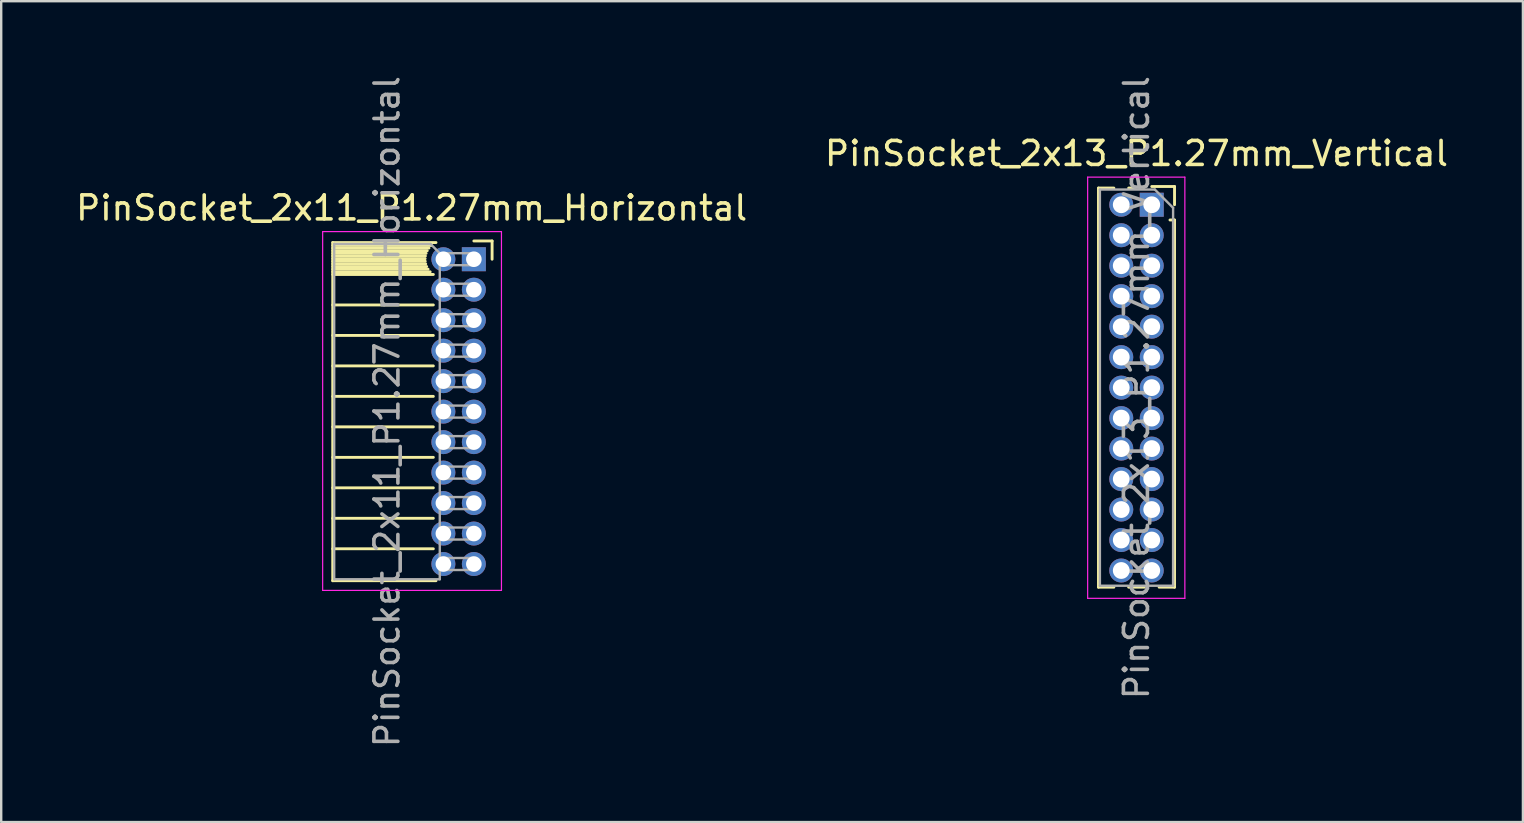
<source format=kicad_pcb>
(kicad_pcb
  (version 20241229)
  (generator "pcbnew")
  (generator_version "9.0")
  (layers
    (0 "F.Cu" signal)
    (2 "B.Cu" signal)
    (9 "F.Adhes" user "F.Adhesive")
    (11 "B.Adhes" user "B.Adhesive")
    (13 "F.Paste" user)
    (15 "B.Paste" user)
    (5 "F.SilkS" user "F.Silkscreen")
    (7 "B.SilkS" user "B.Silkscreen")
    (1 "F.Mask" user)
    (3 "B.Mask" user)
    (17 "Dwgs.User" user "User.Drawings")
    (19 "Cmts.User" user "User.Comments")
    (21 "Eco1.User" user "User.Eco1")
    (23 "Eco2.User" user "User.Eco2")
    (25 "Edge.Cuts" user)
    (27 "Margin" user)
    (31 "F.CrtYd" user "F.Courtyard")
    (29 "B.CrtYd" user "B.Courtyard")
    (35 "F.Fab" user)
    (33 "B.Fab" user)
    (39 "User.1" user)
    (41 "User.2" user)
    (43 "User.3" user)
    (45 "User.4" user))
  (footprint "PinSocket_2x11_P1.27mm_Horizontal"
    (layer "F.Cu")
    (at 16.694 7.751)
    (property "Reference" "PinSocket_2x11_P1.27mm_Horizontal" (at -2.592 -2.135 0) (layer "F.SilkS") (effects (font (size 1 1) (thickness 0.15))))
    (attr through_hole)
    (fp_line (start -5.88 -0.695) (end -5.88 13.395) (stroke (width 0.12) (type solid)) (layer "F.SilkS"))
    (fp_line (start -5.88 -0.695) (end -1.578 -0.695) (stroke (width 0.12) (type solid)) (layer "F.SilkS"))
    (fp_line (start -5.88 -0.575) (end -1.767 -0.575) (stroke (width 0.12) (type solid)) (layer "F.SilkS"))
    (fp_line (start -5.88 -0.465) (end -1.871 -0.465) (stroke (width 0.12) (type solid)) (layer "F.SilkS"))
    (fp_line (start -5.88 -0.355) (end -1.942 -0.355) (stroke (width 0.12) (type solid)) (layer "F.SilkS"))
    (fp_line (start -5.88 -0.245) (end -1.989 -0.245) (stroke (width 0.12) (type solid)) (layer "F.SilkS"))
    (fp_line (start -5.88 -0.135) (end -2.018 -0.135) (stroke (width 0.12) (type solid)) (layer "F.SilkS"))
    (fp_line (start -5.88 -0.025) (end -2.03 -0.025) (stroke (width 0.12) (type solid)) (layer "F.SilkS"))
    (fp_line (start -5.88 0.085) (end -2.025 0.085) (stroke (width 0.12) (type solid)) (layer "F.SilkS"))
    (fp_line (start -5.88 0.195) (end -2.005 0.195) (stroke (width 0.12) (type solid)) (layer "F.SilkS"))
    (fp_line (start -5.88 0.305) (end -1.966 0.305) (stroke (width 0.12) (type solid)) (layer "F.SilkS"))
    (fp_line (start -5.88 0.415) (end -1.907 0.415) (stroke (width 0.12) (type solid)) (layer "F.SilkS"))
    (fp_line (start -5.88 0.525) (end -1.82 0.525) (stroke (width 0.12) (type solid)) (layer "F.SilkS"))
    (fp_line (start -5.88 0.635) (end -1.688 0.635) (stroke (width 0.12) (type solid)) (layer "F.SilkS"))
    (fp_line (start -5.88 1.905) (end -1.688 1.905) (stroke (width 0.12) (type solid)) (layer "F.SilkS"))
    (fp_line (start -5.88 3.175) (end -1.688 3.175) (stroke (width 0.12) (type solid)) (layer "F.SilkS"))
    (fp_line (start -5.88 4.445) (end -1.688 4.445) (stroke (width 0.12) (type solid)) (layer "F.SilkS"))
    (fp_line (start -5.88 5.715) (end -1.688 5.715) (stroke (width 0.12) (type solid)) (layer "F.SilkS"))
    (fp_line (start -5.88 6.985) (end -1.688 6.985) (stroke (width 0.12) (type solid)) (layer "F.SilkS"))
    (fp_line (start -5.88 8.255) (end -1.688 8.255) (stroke (width 0.12) (type solid)) (layer "F.SilkS"))
    (fp_line (start -5.88 9.525) (end -1.688 9.525) (stroke (width 0.12) (type solid)) (layer "F.SilkS"))
    (fp_line (start -5.88 10.795) (end -1.688 10.795) (stroke (width 0.12) (type solid)) (layer "F.SilkS"))
    (fp_line (start -5.88 12.065) (end -1.688 12.065) (stroke (width 0.12) (type solid)) (layer "F.SilkS"))
    (fp_line (start -5.88 13.395) (end -1.578 13.395) (stroke (width 0.12) (type solid)) (layer "F.SilkS"))
    (fp_line (start 0 -0.76) (end 0.76 -0.76) (stroke (width 0.12) (type solid)) (layer "F.SilkS"))
    (fp_line (start 0.76 -0.76) (end 0.76 0) (stroke (width 0.12) (type solid)) (layer "F.SilkS"))
    (fp_line (start -6.3 -1.15) (end -6.3 13.8) (stroke (width 0.05) (type solid)) (layer "F.CrtYd"))
    (fp_line (start -6.3 13.8) (end 1.15 13.8) (stroke (width 0.05) (type solid)) (layer "F.CrtYd"))
    (fp_line (start 1.15 -1.15) (end -6.3 -1.15) (stroke (width 0.05) (type solid)) (layer "F.CrtYd"))
    (fp_line (start 1.15 13.8) (end 1.15 -1.15) (stroke (width 0.05) (type solid)) (layer "F.CrtYd"))
    (fp_line (start -5.82 -0.635) (end -1.805 -0.635) (stroke (width 0.1) (type solid)) (layer "F.Fab"))
    (fp_line (start -5.82 13.335) (end -5.82 -0.635) (stroke (width 0.1) (type solid)) (layer "F.Fab"))
    (fp_line (start -1.805 -0.635) (end -1.42 -0.25) (stroke (width 0.1) (type solid)) (layer "F.Fab"))
    (fp_line (start -1.42 -0.25) (end -1.42 13.335) (stroke (width 0.1) (type solid)) (layer "F.Fab"))
    (fp_line (start -1.42 0.25) (end 0 0.25) (stroke (width 0.1) (type solid)) (layer "F.Fab"))
    (fp_line (start -1.42 1.52) (end 0 1.52) (stroke (width 0.1) (type solid)) (layer "F.Fab"))
    (fp_line (start -1.42 2.79) (end 0 2.79) (stroke (width 0.1) (type solid)) (layer "F.Fab"))
    (fp_line (start -1.42 4.06) (end 0 4.06) (stroke (width 0.1) (type solid)) (layer "F.Fab"))
    (fp_line (start -1.42 5.33) (end 0 5.33) (stroke (width 0.1) (type solid)) (layer "F.Fab"))
    (fp_line (start -1.42 6.6) (end 0 6.6) (stroke (width 0.1) (type solid)) (layer "F.Fab"))
    (fp_line (start -1.42 7.87) (end 0 7.87) (stroke (width 0.1) (type solid)) (layer "F.Fab"))
    (fp_line (start -1.42 9.14) (end 0 9.14) (stroke (width 0.1) (type solid)) (layer "F.Fab"))
    (fp_line (start -1.42 10.41) (end 0 10.41) (stroke (width 0.1) (type solid)) (layer "F.Fab"))
    (fp_line (start -1.42 11.68) (end 0 11.68) (stroke (width 0.1) (type solid)) (layer "F.Fab"))
    (fp_line (start -1.42 12.95) (end 0 12.95) (stroke (width 0.1) (type solid)) (layer "F.Fab"))
    (fp_line (start -1.42 13.335) (end -5.82 13.335) (stroke (width 0.1) (type solid)) (layer "F.Fab"))
    (fp_line (start 0 -0.25) (end -1.42 -0.25) (stroke (width 0.1) (type solid)) (layer "F.Fab"))
    (fp_line (start 0 0.25) (end 0 -0.25) (stroke (width 0.1) (type solid)) (layer "F.Fab"))
    (fp_line (start 0 1.02) (end -1.42 1.02) (stroke (width 0.1) (type solid)) (layer "F.Fab"))
    (fp_line (start 0 1.52) (end 0 1.02) (stroke (width 0.1) (type solid)) (layer "F.Fab"))
    (fp_line (start 0 2.29) (end -1.42 2.29) (stroke (width 0.1) (type solid)) (layer "F.Fab"))
    (fp_line (start 0 2.79) (end 0 2.29) (stroke (width 0.1) (type solid)) (layer "F.Fab"))
    (fp_line (start 0 3.56) (end -1.42 3.56) (stroke (width 0.1) (type solid)) (layer "F.Fab"))
    (fp_line (start 0 4.06) (end 0 3.56) (stroke (width 0.1) (type solid)) (layer "F.Fab"))
    (fp_line (start 0 4.83) (end -1.42 4.83) (stroke (width 0.1) (type solid)) (layer "F.Fab"))
    (fp_line (start 0 5.33) (end 0 4.83) (stroke (width 0.1) (type solid)) (layer "F.Fab"))
    (fp_line (start 0 6.1) (end -1.42 6.1) (stroke (width 0.1) (type solid)) (layer "F.Fab"))
    (fp_line (start 0 6.6) (end 0 6.1) (stroke (width 0.1) (type solid)) (layer "F.Fab"))
    (fp_line (start 0 7.37) (end -1.42 7.37) (stroke (width 0.1) (type solid)) (layer "F.Fab"))
    (fp_line (start 0 7.87) (end 0 7.37) (stroke (width 0.1) (type solid)) (layer "F.Fab"))
    (fp_line (start 0 8.64) (end -1.42 8.64) (stroke (width 0.1) (type solid)) (layer "F.Fab"))
    (fp_line (start 0 9.14) (end 0 8.64) (stroke (width 0.1) (type solid)) (layer "F.Fab"))
    (fp_line (start 0 9.91) (end -1.42 9.91) (stroke (width 0.1) (type solid)) (layer "F.Fab"))
    (fp_line (start 0 10.41) (end 0 9.91) (stroke (width 0.1) (type solid)) (layer "F.Fab"))
    (fp_line (start 0 11.18) (end -1.42 11.18) (stroke (width 0.1) (type solid)) (layer "F.Fab"))
    (fp_line (start 0 11.68) (end 0 11.18) (stroke (width 0.1) (type solid)) (layer "F.Fab"))
    (fp_line (start 0 12.45) (end -1.42 12.45) (stroke (width 0.1) (type solid)) (layer "F.Fab"))
    (fp_line (start 0 12.95) (end 0 12.45) (stroke (width 0.1) (type solid)) (layer "F.Fab"))
    (fp_text user "${REFERENCE}" (at -3.62 6.35 90) (layer "F.Fab") (effects (font (size 1 1) (thickness 0.15))))
    (pad "1" thru_hole rect (at 0 0) (size 1 1) (drill 0.65) (layers "*.Cu" "*.Mask"))
    (pad "2" thru_hole circle (at -1.27 0) (size 1 1) (drill 0.65) (layers "*.Cu" "*.Mask"))
    (pad "3" thru_hole circle (at 0 1.27) (size 1 1) (drill 0.65) (layers "*.Cu" "*.Mask"))
    (pad "4" thru_hole circle (at -1.27 1.27) (size 1 1) (drill 0.65) (layers "*.Cu" "*.Mask"))
    (pad "5" thru_hole circle (at 0 2.54) (size 1 1) (drill 0.65) (layers "*.Cu" "*.Mask"))
    (pad "6" thru_hole circle (at -1.27 2.54) (size 1 1) (drill 0.65) (layers "*.Cu" "*.Mask"))
    (pad "7" thru_hole circle (at 0 3.81) (size 1 1) (drill 0.65) (layers "*.Cu" "*.Mask"))
    (pad "8" thru_hole circle (at -1.27 3.81) (size 1 1) (drill 0.65) (layers "*.Cu" "*.Mask"))
    (pad "9" thru_hole circle (at 0 5.08) (size 1 1) (drill 0.65) (layers "*.Cu" "*.Mask"))
    (pad "10" thru_hole circle (at -1.27 5.08) (size 1 1) (drill 0.65) (layers "*.Cu" "*.Mask"))
    (pad "11" thru_hole circle (at 0 6.35) (size 1 1) (drill 0.65) (layers "*.Cu" "*.Mask"))
    (pad "12" thru_hole circle (at -1.27 6.35) (size 1 1) (drill 0.65) (layers "*.Cu" "*.Mask"))
    (pad "13" thru_hole circle (at 0 7.62) (size 1 1) (drill 0.65) (layers "*.Cu" "*.Mask"))
    (pad "14" thru_hole circle (at -1.27 7.62) (size 1 1) (drill 0.65) (layers "*.Cu" "*.Mask"))
    (pad "15" thru_hole circle (at 0 8.89) (size 1 1) (drill 0.65) (layers "*.Cu" "*.Mask"))
    (pad "16" thru_hole circle (at -1.27 8.89) (size 1 1) (drill 0.65) (layers "*.Cu" "*.Mask"))
    (pad "17" thru_hole circle (at 0 10.16) (size 1 1) (drill 0.65) (layers "*.Cu" "*.Mask"))
    (pad "18" thru_hole circle (at -1.27 10.16) (size 1 1) (drill 0.65) (layers "*.Cu" "*.Mask"))
    (pad "19" thru_hole circle (at 0 11.43) (size 1 1) (drill 0.65) (layers "*.Cu" "*.Mask"))
    (pad "20" thru_hole circle (at -1.27 11.43) (size 1 1) (drill 0.65) (layers "*.Cu" "*.Mask"))
    (pad "21" thru_hole circle (at 0 12.7) (size 1 1) (drill 0.65) (layers "*.Cu" "*.Mask"))
    (pad "22" thru_hole circle (at -1.27 12.7) (size 1 1) (drill 0.65) (layers "*.Cu" "*.Mask")))
  (footprint "PinSocket_2x13_P1.27mm_Vertical"
    (layer "F.Cu")
    (at 44.939 5.481)
    (property "Reference" "PinSocket_2x13_P1.27mm_Vertical" (at -0.635 -2.135 0) (layer "F.SilkS") (effects (font (size 1 1) (thickness 0.15))))
    (attr through_hole)
    (fp_line (start -2.22 -0.695) (end -2.22 15.935) (stroke (width 0.12) (type solid)) (layer "F.SilkS"))
    (fp_line (start -2.22 -0.695) (end -1.578 -0.695) (stroke (width 0.12) (type solid)) (layer "F.SilkS"))
    (fp_line (start -2.22 15.935) (end -1.578 15.935) (stroke (width 0.12) (type solid)) (layer "F.SilkS"))
    (fp_line (start -0.962 -0.695) (end -0.76 -0.695) (stroke (width 0.12) (type solid)) (layer "F.SilkS"))
    (fp_line (start -0.962 15.935) (end -0.308 15.935) (stroke (width 0.12) (type solid)) (layer "F.SilkS"))
    (fp_line (start 0 -0.76) (end 0.95 -0.76) (stroke (width 0.12) (type solid)) (layer "F.SilkS"))
    (fp_line (start 0.308 15.935) (end 0.95 15.935) (stroke (width 0.12) (type solid)) (layer "F.SilkS"))
    (fp_line (start 0.76 0.635) (end 0.95 0.635) (stroke (width 0.12) (type solid)) (layer "F.SilkS"))
    (fp_line (start 0.95 -0.76) (end 0.95 0) (stroke (width 0.12) (type solid)) (layer "F.SilkS"))
    (fp_line (start 0.95 0.635) (end 0.95 15.935) (stroke (width 0.12) (type solid)) (layer "F.SilkS"))
    (fp_line (start -2.67 -1.15) (end 1.38 -1.15) (stroke (width 0.05) (type solid)) (layer "F.CrtYd"))
    (fp_line (start -2.67 16.4) (end -2.67 -1.15) (stroke (width 0.05) (type solid)) (layer "F.CrtYd"))
    (fp_line (start 1.38 -1.15) (end 1.38 16.4) (stroke (width 0.05) (type solid)) (layer "F.CrtYd"))
    (fp_line (start 1.38 16.4) (end -2.67 16.4) (stroke (width 0.05) (type solid)) (layer "F.CrtYd"))
    (fp_line (start -2.16 -0.635) (end 0.128 -0.635) (stroke (width 0.1) (type solid)) (layer "F.Fab"))
    (fp_line (start -2.16 15.875) (end -2.16 -0.635) (stroke (width 0.1) (type solid)) (layer "F.Fab"))
    (fp_line (start 0.128 -0.635) (end 0.89 0.128) (stroke (width 0.1) (type solid)) (layer "F.Fab"))
    (fp_line (start 0.89 0.128) (end 0.89 15.875) (stroke (width 0.1) (type solid)) (layer "F.Fab"))
    (fp_line (start 0.89 15.875) (end -2.16 15.875) (stroke (width 0.1) (type solid)) (layer "F.Fab"))
    (fp_text user "${REFERENCE}" (at -0.635 7.62 90) (layer "F.Fab") (effects (font (size 1 1) (thickness 0.15))))
    (pad "1" thru_hole rect (at 0 0) (size 1 1) (drill 0.7) (layers "*.Cu" "*.Mask"))
    (pad "2" thru_hole oval (at -1.27 0) (size 1 1) (drill 0.7) (layers "*.Cu" "*.Mask"))
    (pad "3" thru_hole oval (at 0 1.27) (size 1 1) (drill 0.7) (layers "*.Cu" "*.Mask"))
    (pad "4" thru_hole oval (at -1.27 1.27) (size 1 1) (drill 0.7) (layers "*.Cu" "*.Mask"))
    (pad "5" thru_hole oval (at 0 2.54) (size 1 1) (drill 0.7) (layers "*.Cu" "*.Mask"))
    (pad "6" thru_hole oval (at -1.27 2.54) (size 1 1) (drill 0.7) (layers "*.Cu" "*.Mask"))
    (pad "7" thru_hole oval (at 0 3.81) (size 1 1) (drill 0.7) (layers "*.Cu" "*.Mask"))
    (pad "8" thru_hole oval (at -1.27 3.81) (size 1 1) (drill 0.7) (layers "*.Cu" "*.Mask"))
    (pad "9" thru_hole oval (at 0 5.08) (size 1 1) (drill 0.7) (layers "*.Cu" "*.Mask"))
    (pad "10" thru_hole oval (at -1.27 5.08) (size 1 1) (drill 0.7) (layers "*.Cu" "*.Mask"))
    (pad "11" thru_hole oval (at 0 6.35) (size 1 1) (drill 0.7) (layers "*.Cu" "*.Mask"))
    (pad "12" thru_hole oval (at -1.27 6.35) (size 1 1) (drill 0.7) (layers "*.Cu" "*.Mask"))
    (pad "13" thru_hole oval (at 0 7.62) (size 1 1) (drill 0.7) (layers "*.Cu" "*.Mask"))
    (pad "14" thru_hole oval (at -1.27 7.62) (size 1 1) (drill 0.7) (layers "*.Cu" "*.Mask"))
    (pad "15" thru_hole oval (at 0 8.89) (size 1 1) (drill 0.7) (layers "*.Cu" "*.Mask"))
    (pad "16" thru_hole oval (at -1.27 8.89) (size 1 1) (drill 0.7) (layers "*.Cu" "*.Mask"))
    (pad "17" thru_hole oval (at 0 10.16) (size 1 1) (drill 0.7) (layers "*.Cu" "*.Mask"))
    (pad "18" thru_hole oval (at -1.27 10.16) (size 1 1) (drill 0.7) (layers "*.Cu" "*.Mask"))
    (pad "19" thru_hole oval (at 0 11.43) (size 1 1) (drill 0.7) (layers "*.Cu" "*.Mask"))
    (pad "20" thru_hole oval (at -1.27 11.43) (size 1 1) (drill 0.7) (layers "*.Cu" "*.Mask"))
    (pad "21" thru_hole oval (at 0 12.7) (size 1 1) (drill 0.7) (layers "*.Cu" "*.Mask"))
    (pad "22" thru_hole oval (at -1.27 12.7) (size 1 1) (drill 0.7) (layers "*.Cu" "*.Mask"))
    (pad "23" thru_hole oval (at 0 13.97) (size 1 1) (drill 0.7) (layers "*.Cu" "*.Mask"))
    (pad "24" thru_hole oval (at -1.27 13.97) (size 1 1) (drill 0.7) (layers "*.Cu" "*.Mask"))
    (pad "25" thru_hole oval (at 0 15.24) (size 1 1) (drill 0.7) (layers "*.Cu" "*.Mask"))
    (pad "26" thru_hole oval (at -1.27 15.24) (size 1 1) (drill 0.7) (layers "*.Cu" "*.Mask")))
  (gr_rect
    (start -3 -3)
    (end 60.405 31.202)
    (stroke (width 0.1) (type default))
    (fill no)
    (layer "Edge.Cuts")))
</source>
